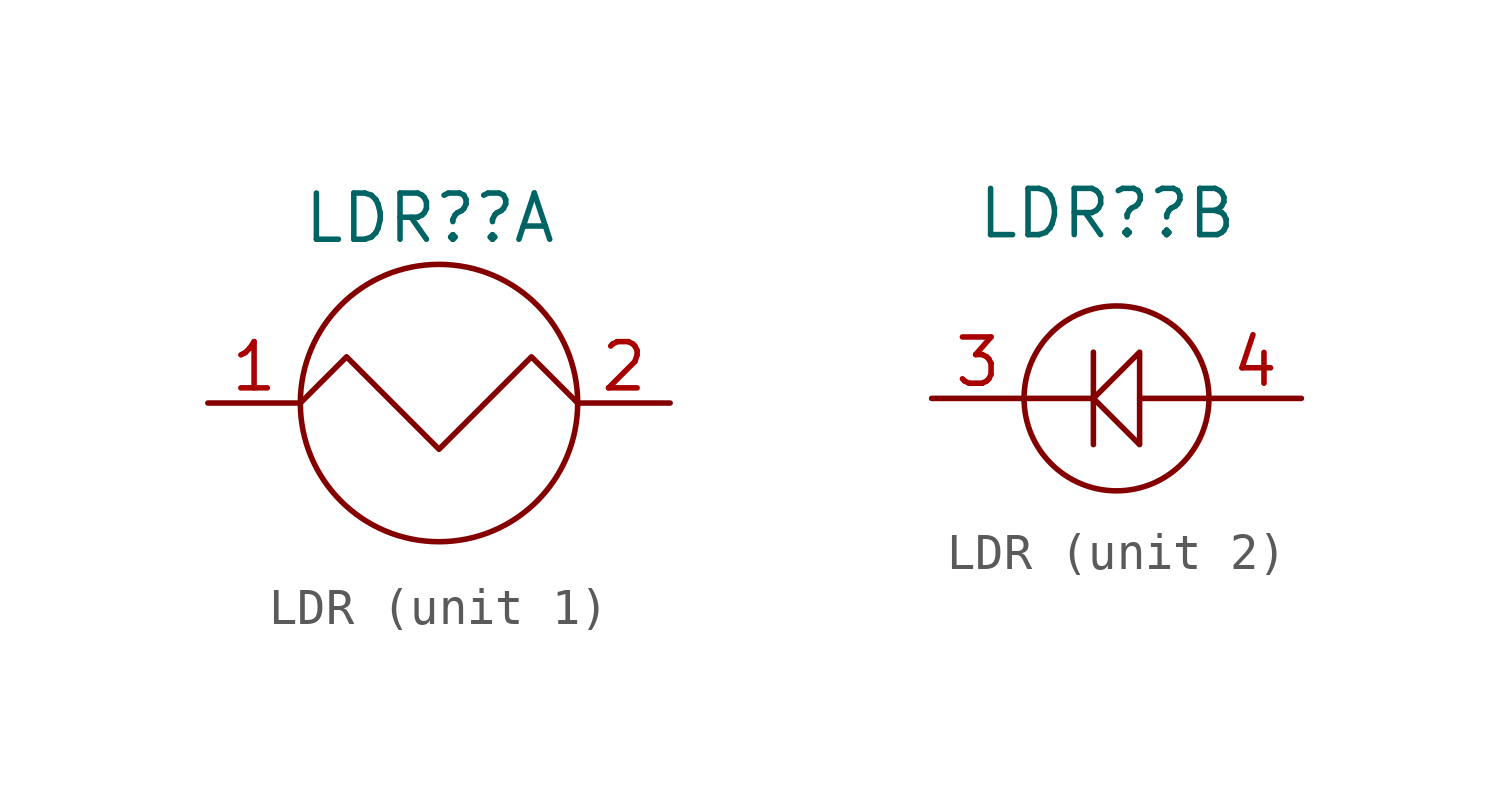
<source format=kicad_sym>
(kicad_symbol_lib
  (version 20241209)
  (generator "kicad_symbol_editor")
  (generator_version "9.0")
  (symbol "LDR"
    (property "Reference" "LDR?"
      (at -0.254 5.08 0)
      (effects (font (size 1.27 1.27))))
    (property "Value" ""
      (at 0.635 0 0)
      (effects (font (size 1.27 1.27))))
    (property "ki_locked" ""
      (at 0 0 0)
      (effects (font (size 1.27 1.27))))
    (symbol "LDR_1_1"
      (polyline (pts (xy -3.81 0) (xy -2.54 1.27) (xy 0 -1.27) (xy 2.54 1.27) (xy 3.81 0)) (stroke (width 0) (type default)) (fill (type none)))
      (circle (center 0 0) (radius 3.81) (stroke (width 0) (type default)) (fill (type none)))
      (pin passive line (at -6.35 0 0) (length 2.54) (name "~" (effects (font (size 1.27 1.27)))) (number "1" (effects (font (size 1.27 1.27)))))
      (pin passive line (at 6.35 0 180) (length 2.54) (name "~" (effects (font (size 1.27 1.27)))) (number "2" (effects (font (size 1.27 1.27))))))
    (symbol "LDR_2_1"
      (polyline (pts (xy -2.54 0) (xy -0.635 0)) (stroke (width 0) (type default)) (fill (type none)))
      (polyline (pts (xy -0.635 1.27) (xy -0.635 -1.27)) (stroke (width 0) (type default)) (fill (type none)))
      (circle (center 0 0) (radius 2.54) (stroke (width 0) (type default)) (fill (type none)))
      (polyline (pts (xy 0.635 1.27) (xy 0.635 -1.27) (xy -0.635 0) (xy 0.635 1.27)) (stroke (width 0) (type default)) (fill (type none)))
      (polyline (pts (xy 2.54 0) (xy 0.635 0)) (stroke (width 0) (type default)) (fill (type none)))
      (pin passive line (at -5.08 0 0) (length 2.54) (name "" (effects (font (size 1.27 1.27)))) (number "3" (effects (font (size 1.27 1.27)))))
      (pin passive line (at 5.08 0 180) (length 2.54) (name "" (effects (font (size 1.27 1.27)))) (number "4" (effects (font (size 1.27 1.27))))))))
</source>
